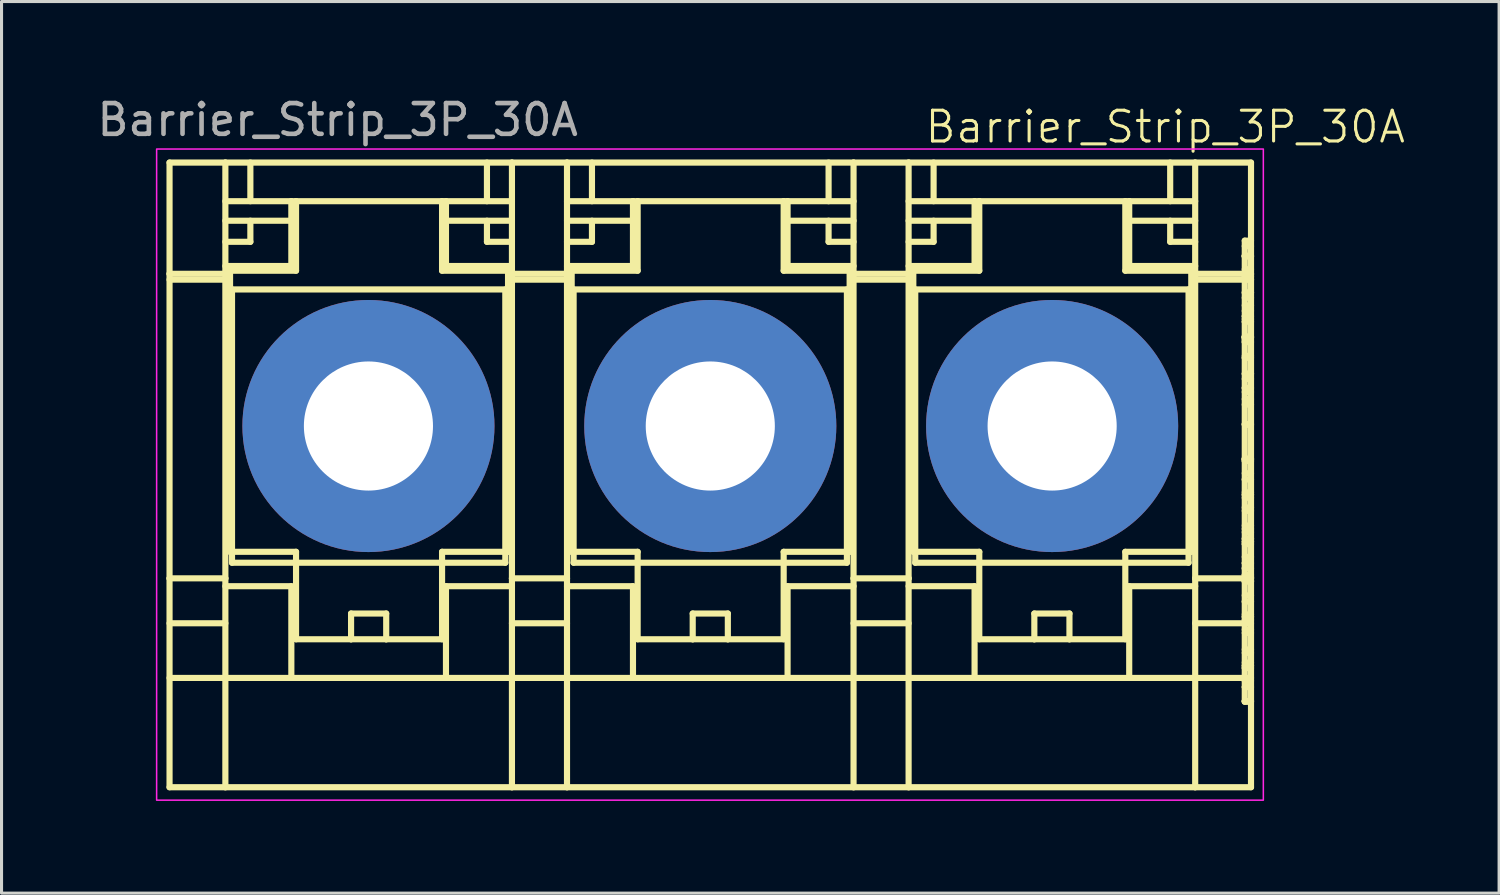
<source format=kicad_pcb>
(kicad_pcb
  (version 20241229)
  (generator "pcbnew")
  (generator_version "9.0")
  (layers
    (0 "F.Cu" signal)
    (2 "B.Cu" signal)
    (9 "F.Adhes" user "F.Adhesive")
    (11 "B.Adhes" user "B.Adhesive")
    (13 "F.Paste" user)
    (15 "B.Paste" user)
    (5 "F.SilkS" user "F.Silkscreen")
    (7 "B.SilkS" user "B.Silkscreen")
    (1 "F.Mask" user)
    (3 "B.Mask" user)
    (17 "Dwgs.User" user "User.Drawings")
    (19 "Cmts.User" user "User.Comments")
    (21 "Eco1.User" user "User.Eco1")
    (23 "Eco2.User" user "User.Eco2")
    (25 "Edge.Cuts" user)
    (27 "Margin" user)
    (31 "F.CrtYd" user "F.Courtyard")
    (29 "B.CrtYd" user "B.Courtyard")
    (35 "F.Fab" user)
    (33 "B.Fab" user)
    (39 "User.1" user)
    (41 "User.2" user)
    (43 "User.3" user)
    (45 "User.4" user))
  (footprint "Barrier_Strip_3P_30A"
    (layer "F.Cu")
    (at 20.095 10.758)
    (property "Reference" "Barrier_Strip_3P_30A" (at 14.76 -9.68 0) (unlocked yes) (layer "F.SilkS") (effects (font (size 1 1) (thickness 0.1))))
    (attr smd)
    (fp_line (start -17.63 -8.52) (end -17.63 -4.901) (stroke (width 0.2) (type solid)) (layer "F.SilkS"))
    (fp_line (start -17.63 -8.52) (end -15.814 -8.52) (stroke (width 0.2) (type solid)) (layer "F.SilkS"))
    (fp_line (start -17.63 -4.901) (end -17.63 5.005) (stroke (width 0.2) (type solid)) (layer "F.SilkS"))
    (fp_line (start -17.63 -4.901) (end -15.814 -4.901) (stroke (width 0.2) (type solid)) (layer "F.SilkS"))
    (fp_line (start -17.63 -4.71) (end -15.814 -4.71) (stroke (width 0.2) (type solid)) (layer "F.SilkS"))
    (fp_line (start -17.63 5.005) (end -17.63 11.8) (stroke (width 0.2) (type solid)) (layer "F.SilkS"))
    (fp_line (start -17.63 5.005) (end -15.814 5.005) (stroke (width 0.2) (type solid)) (layer "F.SilkS"))
    (fp_line (start -17.63 6.466) (end -15.814 6.466) (stroke (width 0.2) (type solid)) (layer "F.SilkS"))
    (fp_line (start -17.63 8.244) (end -15.814 8.244) (stroke (width 0.2) (type solid)) (layer "F.SilkS"))
    (fp_line (start -17.63 11.8) (end -15.814 11.8) (stroke (width 0.2) (type solid)) (layer "F.SilkS"))
    (fp_line (start -15.814 -8.52) (end -15.814 -4.901) (stroke (width 0.2) (type solid)) (layer "F.SilkS"))
    (fp_line (start -15.814 -7.263) (end -13.668 -7.263) (stroke (width 0.2) (type solid)) (layer "F.SilkS"))
    (fp_line (start -15.814 -6.628) (end -13.668 -6.628) (stroke (width 0.2) (type solid)) (layer "F.SilkS"))
    (fp_line (start -15.814 -5.942) (end -15.001 -5.942) (stroke (width 0.2) (type solid)) (layer "F.SilkS"))
    (fp_line (start -15.814 -5.154) (end -13.668 -5.154) (stroke (width 0.2) (type solid)) (layer "F.SilkS"))
    (fp_line (start -15.814 5.005) (end -15.814 -4.901) (stroke (width 0.2) (type solid)) (layer "F.SilkS"))
    (fp_line (start -15.814 5.005) (end -15.814 11.8) (stroke (width 0.2) (type solid)) (layer "F.SilkS"))
    (fp_line (start -15.814 5.26) (end -13.668 5.26) (stroke (width 0.2) (type solid)) (layer "F.SilkS"))
    (fp_line (start -15.814 8.244) (end -13.668 8.244) (stroke (width 0.2) (type solid)) (layer "F.SilkS"))
    (fp_line (start -15.662 -5.002) (end -13.515 -5.002) (stroke (width 0.2) (type solid)) (layer "F.SilkS"))
    (fp_line (start -15.662 4.142) (end -15.662 -5.002) (stroke (width 0.2) (type solid)) (layer "F.SilkS"))
    (fp_line (start -15.598 -4.393) (end -15.598 4.497) (stroke (width 0.2) (type solid)) (layer "F.SilkS"))
    (fp_line (start -15.598 4.497) (end -6.708 4.497) (stroke (width 0.2) (type solid)) (layer "F.SilkS"))
    (fp_line (start -15.001 -8.52) (end -15.001 -7.263) (stroke (width 0.2) (type solid)) (layer "F.SilkS"))
    (fp_line (start -15.001 -6.628) (end -15.001 -5.942) (stroke (width 0.2) (type solid)) (layer "F.SilkS"))
    (fp_line (start -13.668 -7.263) (end -13.515 -7.263) (stroke (width 0.2) (type solid)) (layer "F.SilkS"))
    (fp_line (start -13.668 -5.154) (end -13.668 -7.263) (stroke (width 0.2) (type solid)) (layer "F.SilkS"))
    (fp_line (start -13.668 8.244) (end -13.668 5.26) (stroke (width 0.2) (type solid)) (layer "F.SilkS"))
    (fp_line (start -13.515 -7.263) (end -8.765 -7.263) (stroke (width 0.2) (type solid)) (layer "F.SilkS"))
    (fp_line (start -13.515 -5.002) (end -13.515 -7.263) (stroke (width 0.2) (type solid)) (layer "F.SilkS"))
    (fp_line (start -13.515 4.142) (end -15.662 4.142) (stroke (width 0.2) (type solid)) (layer "F.SilkS"))
    (fp_line (start -13.515 6.987) (end -13.515 4.142) (stroke (width 0.2) (type solid)) (layer "F.SilkS"))
    (fp_line (start -11.725 6.149) (end -11.725 6.987) (stroke (width 0.2) (type solid)) (layer "F.SilkS"))
    (fp_line (start -11.725 6.987) (end -13.515 6.987) (stroke (width 0.2) (type solid)) (layer "F.SilkS"))
    (fp_line (start -11.725 6.987) (end -10.582 6.987) (stroke (width 0.2) (type solid)) (layer "F.SilkS"))
    (fp_line (start -10.582 6.149) (end -11.725 6.149) (stroke (width 0.2) (type solid)) (layer "F.SilkS"))
    (fp_line (start -10.582 6.987) (end -10.582 6.149) (stroke (width 0.2) (type solid)) (layer "F.SilkS"))
    (fp_line (start -8.765 -7.263) (end -8.638 -7.263) (stroke (width 0.2) (type solid)) (layer "F.SilkS"))
    (fp_line (start -8.765 -5.002) (end -8.765 -7.263) (stroke (width 0.2) (type solid)) (layer "F.SilkS"))
    (fp_line (start -8.765 -5.002) (end -6.619 -5.002) (stroke (width 0.2) (type solid)) (layer "F.SilkS"))
    (fp_line (start -8.765 6.987) (end -10.582 6.987) (stroke (width 0.2) (type solid)) (layer "F.SilkS"))
    (fp_line (start -8.765 6.987) (end -8.765 4.142) (stroke (width 0.2) (type solid)) (layer "F.SilkS"))
    (fp_line (start -8.638 -7.263) (end -8.638 -5.154) (stroke (width 0.2) (type solid)) (layer "F.SilkS"))
    (fp_line (start -8.638 -7.263) (end -6.492 -7.263) (stroke (width 0.2) (type solid)) (layer "F.SilkS"))
    (fp_line (start -8.638 -6.628) (end -6.492 -6.628) (stroke (width 0.2) (type solid)) (layer "F.SilkS"))
    (fp_line (start -8.638 -5.154) (end -6.492 -5.154) (stroke (width 0.2) (type solid)) (layer "F.SilkS"))
    (fp_line (start -8.638 5.26) (end -8.638 8.244) (stroke (width 0.2) (type solid)) (layer "F.SilkS"))
    (fp_line (start -8.638 5.26) (end -6.492 5.26) (stroke (width 0.2) (type solid)) (layer "F.SilkS"))
    (fp_line (start -8.638 8.244) (end -13.668 8.244) (stroke (width 0.2) (type solid)) (layer "F.SilkS"))
    (fp_line (start -8.638 8.244) (end -6.492 8.244) (stroke (width 0.2) (type solid)) (layer "F.SilkS"))
    (fp_line (start -7.305 -8.52) (end -7.305 -7.263) (stroke (width 0.2) (type solid)) (layer "F.SilkS"))
    (fp_line (start -7.305 -6.628) (end -7.305 -5.942) (stroke (width 0.2) (type solid)) (layer "F.SilkS"))
    (fp_line (start -7.305 -5.942) (end -6.492 -5.942) (stroke (width 0.2) (type solid)) (layer "F.SilkS"))
    (fp_line (start -6.708 -4.393) (end -15.598 -4.393) (stroke (width 0.2) (type solid)) (layer "F.SilkS"))
    (fp_line (start -6.708 4.497) (end -6.708 -4.393) (stroke (width 0.2) (type solid)) (layer "F.SilkS"))
    (fp_line (start -6.619 -5.002) (end -6.619 4.142) (stroke (width 0.2) (type solid)) (layer "F.SilkS"))
    (fp_line (start -6.619 4.142) (end -8.765 4.142) (stroke (width 0.2) (type solid)) (layer "F.SilkS"))
    (fp_line (start -6.492 -8.52) (end -15.814 -8.52) (stroke (width 0.2) (type solid)) (layer "F.SilkS"))
    (fp_line (start -6.492 -8.52) (end -6.492 -4.901) (stroke (width 0.2) (type solid)) (layer "F.SilkS"))
    (fp_line (start -6.492 -8.52) (end -4.701 -8.52) (stroke (width 0.2) (type solid)) (layer "F.SilkS"))
    (fp_line (start -6.492 -4.901) (end -4.701 -4.901) (stroke (width 0.2) (type solid)) (layer "F.SilkS"))
    (fp_line (start -6.492 -4.71) (end -4.701 -4.71) (stroke (width 0.2) (type solid)) (layer "F.SilkS"))
    (fp_line (start -6.492 5.005) (end -6.492 -4.901) (stroke (width 0.2) (type solid)) (layer "F.SilkS"))
    (fp_line (start -6.492 5.005) (end -6.492 11.8) (stroke (width 0.2) (type solid)) (layer "F.SilkS"))
    (fp_line (start -6.492 5.005) (end -4.701 5.005) (stroke (width 0.2) (type solid)) (layer "F.SilkS"))
    (fp_line (start -6.492 6.466) (end -4.701 6.466) (stroke (width 0.2) (type solid)) (layer "F.SilkS"))
    (fp_line (start -6.492 8.244) (end -4.701 8.244) (stroke (width 0.2) (type solid)) (layer "F.SilkS"))
    (fp_line (start -6.492 11.8) (end -15.814 11.8) (stroke (width 0.2) (type solid)) (layer "F.SilkS"))
    (fp_line (start -6.492 11.8) (end -4.701 11.8) (stroke (width 0.2) (type solid)) (layer "F.SilkS"))
    (fp_line (start -4.701 -8.52) (end -4.701 -4.901) (stroke (width 0.2) (type solid)) (layer "F.SilkS"))
    (fp_line (start -4.701 -7.263) (end -2.555 -7.263) (stroke (width 0.2) (type solid)) (layer "F.SilkS"))
    (fp_line (start -4.701 -6.628) (end -2.555 -6.628) (stroke (width 0.2) (type solid)) (layer "F.SilkS"))
    (fp_line (start -4.701 -5.942) (end -3.889 -5.942) (stroke (width 0.2) (type solid)) (layer "F.SilkS"))
    (fp_line (start -4.701 -5.154) (end -2.555 -5.154) (stroke (width 0.2) (type solid)) (layer "F.SilkS"))
    (fp_line (start -4.701 5.005) (end -4.701 -4.901) (stroke (width 0.2) (type solid)) (layer "F.SilkS"))
    (fp_line (start -4.701 5.005) (end -4.701 11.8) (stroke (width 0.2) (type solid)) (layer "F.SilkS"))
    (fp_line (start -4.701 5.26) (end -2.555 5.26) (stroke (width 0.2) (type solid)) (layer "F.SilkS"))
    (fp_line (start -4.701 8.244) (end -2.555 8.244) (stroke (width 0.2) (type solid)) (layer "F.SilkS"))
    (fp_line (start -4.549 -5.002) (end -2.403 -5.002) (stroke (width 0.2) (type solid)) (layer "F.SilkS"))
    (fp_line (start -4.549 4.142) (end -4.549 -5.002) (stroke (width 0.2) (type solid)) (layer "F.SilkS"))
    (fp_line (start -4.486 -4.393) (end -4.486 4.497) (stroke (width 0.2) (type solid)) (layer "F.SilkS"))
    (fp_line (start -4.486 4.497) (end 4.404 4.497) (stroke (width 0.2) (type solid)) (layer "F.SilkS"))
    (fp_line (start -3.889 -8.52) (end -3.889 -7.263) (stroke (width 0.2) (type solid)) (layer "F.SilkS"))
    (fp_line (start -3.889 -6.628) (end -3.889 -5.942) (stroke (width 0.2) (type solid)) (layer "F.SilkS"))
    (fp_line (start -2.555 -7.263) (end -2.403 -7.263) (stroke (width 0.2) (type solid)) (layer "F.SilkS"))
    (fp_line (start -2.555 -5.154) (end -2.555 -7.263) (stroke (width 0.2) (type solid)) (layer "F.SilkS"))
    (fp_line (start -2.555 8.244) (end -2.555 5.26) (stroke (width 0.2) (type solid)) (layer "F.SilkS"))
    (fp_line (start -2.403 -7.263) (end 2.347 -7.263) (stroke (width 0.2) (type solid)) (layer "F.SilkS"))
    (fp_line (start -2.403 -5.002) (end -2.403 -7.263) (stroke (width 0.2) (type solid)) (layer "F.SilkS"))
    (fp_line (start -2.403 4.142) (end -4.549 4.142) (stroke (width 0.2) (type solid)) (layer "F.SilkS"))
    (fp_line (start -2.403 6.987) (end -2.403 4.142) (stroke (width 0.2) (type solid)) (layer "F.SilkS"))
    (fp_line (start -0.612 6.149) (end -0.612 6.987) (stroke (width 0.2) (type solid)) (layer "F.SilkS"))
    (fp_line (start -0.612 6.987) (end -2.403 6.987) (stroke (width 0.2) (type solid)) (layer "F.SilkS"))
    (fp_line (start -0.612 6.987) (end 0.531 6.987) (stroke (width 0.2) (type solid)) (layer "F.SilkS"))
    (fp_line (start 0.531 6.149) (end -0.612 6.149) (stroke (width 0.2) (type solid)) (layer "F.SilkS"))
    (fp_line (start 0.531 6.987) (end 0.531 6.149) (stroke (width 0.2) (type solid)) (layer "F.SilkS"))
    (fp_line (start 2.347 -7.263) (end 2.474 -7.263) (stroke (width 0.2) (type solid)) (layer "F.SilkS"))
    (fp_line (start 2.347 -5.002) (end 2.347 -7.263) (stroke (width 0.2) (type solid)) (layer "F.SilkS"))
    (fp_line (start 2.347 -5.002) (end 4.493 -5.002) (stroke (width 0.2) (type solid)) (layer "F.SilkS"))
    (fp_line (start 2.347 6.987) (end 0.531 6.987) (stroke (width 0.2) (type solid)) (layer "F.SilkS"))
    (fp_line (start 2.347 6.987) (end 2.347 4.142) (stroke (width 0.2) (type solid)) (layer "F.SilkS"))
    (fp_line (start 2.474 -7.263) (end 2.474 -5.154) (stroke (width 0.2) (type solid)) (layer "F.SilkS"))
    (fp_line (start 2.474 -7.263) (end 4.62 -7.263) (stroke (width 0.2) (type solid)) (layer "F.SilkS"))
    (fp_line (start 2.474 -6.628) (end 4.62 -6.628) (stroke (width 0.2) (type solid)) (layer "F.SilkS"))
    (fp_line (start 2.474 -5.154) (end 4.62 -5.154) (stroke (width 0.2) (type solid)) (layer "F.SilkS"))
    (fp_line (start 2.474 5.26) (end 2.474 8.244) (stroke (width 0.2) (type solid)) (layer "F.SilkS"))
    (fp_line (start 2.474 5.26) (end 4.62 5.26) (stroke (width 0.2) (type solid)) (layer "F.SilkS"))
    (fp_line (start 2.474 8.244) (end -2.555 8.244) (stroke (width 0.2) (type solid)) (layer "F.SilkS"))
    (fp_line (start 2.474 8.244) (end 4.62 8.244) (stroke (width 0.2) (type solid)) (layer "F.SilkS"))
    (fp_line (start 3.808 -8.52) (end 3.808 -7.263) (stroke (width 0.2) (type solid)) (layer "F.SilkS"))
    (fp_line (start 3.808 -6.628) (end 3.808 -5.942) (stroke (width 0.2) (type solid)) (layer "F.SilkS"))
    (fp_line (start 3.808 -5.942) (end 4.62 -5.942) (stroke (width 0.2) (type solid)) (layer "F.SilkS"))
    (fp_line (start 4.404 -4.393) (end -4.486 -4.393) (stroke (width 0.2) (type solid)) (layer "F.SilkS"))
    (fp_line (start 4.404 4.497) (end 4.404 -4.393) (stroke (width 0.2) (type solid)) (layer "F.SilkS"))
    (fp_line (start 4.493 -5.002) (end 4.493 4.142) (stroke (width 0.2) (type solid)) (layer "F.SilkS"))
    (fp_line (start 4.493 4.142) (end 2.347 4.142) (stroke (width 0.2) (type solid)) (layer "F.SilkS"))
    (fp_line (start 4.62 -8.52) (end -4.701 -8.52) (stroke (width 0.2) (type solid)) (layer "F.SilkS"))
    (fp_line (start 4.62 -8.52) (end 4.62 -4.901) (stroke (width 0.2) (type solid)) (layer "F.SilkS"))
    (fp_line (start 4.62 -8.52) (end 6.411 -8.52) (stroke (width 0.2) (type solid)) (layer "F.SilkS"))
    (fp_line (start 4.62 -4.901) (end 6.411 -4.901) (stroke (width 0.2) (type solid)) (layer "F.SilkS"))
    (fp_line (start 4.62 -4.71) (end 6.411 -4.71) (stroke (width 0.2) (type solid)) (layer "F.SilkS"))
    (fp_line (start 4.62 5.005) (end 4.62 -4.901) (stroke (width 0.2) (type solid)) (layer "F.SilkS"))
    (fp_line (start 4.62 5.005) (end 4.62 11.8) (stroke (width 0.2) (type solid)) (layer "F.SilkS"))
    (fp_line (start 4.62 5.005) (end 6.411 5.005) (stroke (width 0.2) (type solid)) (layer "F.SilkS"))
    (fp_line (start 4.62 6.466) (end 6.411 6.466) (stroke (width 0.2) (type solid)) (layer "F.SilkS"))
    (fp_line (start 4.62 8.244) (end 6.411 8.244) (stroke (width 0.2) (type solid)) (layer "F.SilkS"))
    (fp_line (start 4.62 11.8) (end -4.701 11.8) (stroke (width 0.2) (type solid)) (layer "F.SilkS"))
    (fp_line (start 4.62 11.8) (end 6.411 11.8) (stroke (width 0.2) (type solid)) (layer "F.SilkS"))
    (fp_line (start 6.411 -8.52) (end 6.411 -4.901) (stroke (width 0.2) (type solid)) (layer "F.SilkS"))
    (fp_line (start 6.411 -7.263) (end 8.557 -7.263) (stroke (width 0.2) (type solid)) (layer "F.SilkS"))
    (fp_line (start 6.411 -6.628) (end 8.557 -6.628) (stroke (width 0.2) (type solid)) (layer "F.SilkS"))
    (fp_line (start 6.411 -5.942) (end 7.224 -5.942) (stroke (width 0.2) (type solid)) (layer "F.SilkS"))
    (fp_line (start 6.411 -5.154) (end 8.557 -5.154) (stroke (width 0.2) (type solid)) (layer "F.SilkS"))
    (fp_line (start 6.411 5.005) (end 6.411 -4.901) (stroke (width 0.2) (type solid)) (layer "F.SilkS"))
    (fp_line (start 6.411 5.005) (end 6.411 11.8) (stroke (width 0.2) (type solid)) (layer "F.SilkS"))
    (fp_line (start 6.411 5.26) (end 8.557 5.26) (stroke (width 0.2) (type solid)) (layer "F.SilkS"))
    (fp_line (start 6.411 8.244) (end 8.557 8.244) (stroke (width 0.2) (type solid)) (layer "F.SilkS"))
    (fp_line (start 6.564 -5.002) (end 8.71 -5.002) (stroke (width 0.2) (type solid)) (layer "F.SilkS"))
    (fp_line (start 6.564 4.142) (end 6.564 -5.002) (stroke (width 0.2) (type solid)) (layer "F.SilkS"))
    (fp_line (start 6.627 -4.393) (end 6.627 4.497) (stroke (width 0.2) (type solid)) (layer "F.SilkS"))
    (fp_line (start 6.627 4.497) (end 15.517 4.497) (stroke (width 0.2) (type solid)) (layer "F.SilkS"))
    (fp_line (start 7.224 -8.52) (end 7.224 -7.263) (stroke (width 0.2) (type solid)) (layer "F.SilkS"))
    (fp_line (start 7.224 -6.628) (end 7.224 -5.942) (stroke (width 0.2) (type solid)) (layer "F.SilkS"))
    (fp_line (start 8.557 -7.263) (end 8.71 -7.263) (stroke (width 0.2) (type solid)) (layer "F.SilkS"))
    (fp_line (start 8.557 -5.154) (end 8.557 -7.263) (stroke (width 0.2) (type solid)) (layer "F.SilkS"))
    (fp_line (start 8.557 8.244) (end 8.557 5.26) (stroke (width 0.2) (type solid)) (layer "F.SilkS"))
    (fp_line (start 8.71 -7.263) (end 8.71 -5.002) (stroke (width 0.2) (type solid)) (layer "F.SilkS"))
    (fp_line (start 8.71 -7.263) (end 13.46 -7.263) (stroke (width 0.2) (type solid)) (layer "F.SilkS"))
    (fp_line (start 8.71 4.142) (end 6.564 4.142) (stroke (width 0.2) (type solid)) (layer "F.SilkS"))
    (fp_line (start 8.71 6.987) (end 8.71 4.142) (stroke (width 0.2) (type solid)) (layer "F.SilkS"))
    (fp_line (start 10.501 6.149) (end 10.501 6.987) (stroke (width 0.2) (type solid)) (layer "F.SilkS"))
    (fp_line (start 10.501 6.987) (end 8.71 6.987) (stroke (width 0.2) (type solid)) (layer "F.SilkS"))
    (fp_line (start 10.501 6.987) (end 11.643 6.987) (stroke (width 0.2) (type solid)) (layer "F.SilkS"))
    (fp_line (start 11.643 6.149) (end 10.501 6.149) (stroke (width 0.2) (type solid)) (layer "F.SilkS"))
    (fp_line (start 11.643 6.987) (end 11.643 6.149) (stroke (width 0.2) (type solid)) (layer "F.SilkS"))
    (fp_line (start 13.46 -7.263) (end 13.587 -7.263) (stroke (width 0.2) (type solid)) (layer "F.SilkS"))
    (fp_line (start 13.46 -5.002) (end 13.46 -7.263) (stroke (width 0.2) (type solid)) (layer "F.SilkS"))
    (fp_line (start 13.46 -5.002) (end 15.606 -5.002) (stroke (width 0.2) (type solid)) (layer "F.SilkS"))
    (fp_line (start 13.46 6.987) (end 11.643 6.987) (stroke (width 0.2) (type solid)) (layer "F.SilkS"))
    (fp_line (start 13.46 6.987) (end 13.46 4.142) (stroke (width 0.2) (type solid)) (layer "F.SilkS"))
    (fp_line (start 13.587 -7.263) (end 13.587 -5.154) (stroke (width 0.2) (type solid)) (layer "F.SilkS"))
    (fp_line (start 13.587 -7.263) (end 15.733 -7.263) (stroke (width 0.2) (type solid)) (layer "F.SilkS"))
    (fp_line (start 13.587 -6.628) (end 15.733 -6.628) (stroke (width 0.2) (type solid)) (layer "F.SilkS"))
    (fp_line (start 13.587 -5.154) (end 15.733 -5.154) (stroke (width 0.2) (type solid)) (layer "F.SilkS"))
    (fp_line (start 13.587 5.26) (end 13.587 8.244) (stroke (width 0.2) (type solid)) (layer "F.SilkS"))
    (fp_line (start 13.587 5.26) (end 15.733 5.26) (stroke (width 0.2) (type solid)) (layer "F.SilkS"))
    (fp_line (start 13.587 8.244) (end 8.557 8.244) (stroke (width 0.2) (type solid)) (layer "F.SilkS"))
    (fp_line (start 13.587 8.244) (end 15.733 8.244) (stroke (width 0.2) (type solid)) (layer "F.SilkS"))
    (fp_line (start 14.92 -8.52) (end 14.92 -7.263) (stroke (width 0.2) (type solid)) (layer "F.SilkS"))
    (fp_line (start 14.92 -6.628) (end 14.92 -5.942) (stroke (width 0.2) (type solid)) (layer "F.SilkS"))
    (fp_line (start 14.92 -5.942) (end 15.733 -5.942) (stroke (width 0.2) (type solid)) (layer "F.SilkS"))
    (fp_line (start 15.517 -4.393) (end 6.627 -4.393) (stroke (width 0.2) (type solid)) (layer "F.SilkS"))
    (fp_line (start 15.517 4.497) (end 15.517 -4.393) (stroke (width 0.2) (type solid)) (layer "F.SilkS"))
    (fp_line (start 15.606 -5.002) (end 15.606 4.142) (stroke (width 0.2) (type solid)) (layer "F.SilkS"))
    (fp_line (start 15.606 4.142) (end 13.46 4.142) (stroke (width 0.2) (type solid)) (layer "F.SilkS"))
    (fp_line (start 15.733 -8.52) (end 6.411 -8.52) (stroke (width 0.2) (type solid)) (layer "F.SilkS"))
    (fp_line (start 15.733 -8.52) (end 15.733 -4.901) (stroke (width 0.2) (type solid)) (layer "F.SilkS"))
    (fp_line (start 15.733 -8.52) (end 17.549 -8.52) (stroke (width 0.2) (type solid)) (layer "F.SilkS"))
    (fp_line (start 15.733 -4.901) (end 17.549 -4.901) (stroke (width 0.2) (type solid)) (layer "F.SilkS"))
    (fp_line (start 15.733 -4.71) (end 17.549 -4.71) (stroke (width 0.2) (type solid)) (layer "F.SilkS"))
    (fp_line (start 15.733 5.005) (end 15.733 -4.901) (stroke (width 0.2) (type solid)) (layer "F.SilkS"))
    (fp_line (start 15.733 5.005) (end 15.733 11.8) (stroke (width 0.2) (type solid)) (layer "F.SilkS"))
    (fp_line (start 15.733 5.005) (end 17.549 5.005) (stroke (width 0.2) (type solid)) (layer "F.SilkS"))
    (fp_line (start 15.733 6.466) (end 17.549 6.466) (stroke (width 0.2) (type solid)) (layer "F.SilkS"))
    (fp_line (start 15.733 8.244) (end 17.549 8.244) (stroke (width 0.2) (type solid)) (layer "F.SilkS"))
    (fp_line (start 15.733 11.8) (end 6.411 11.8) (stroke (width 0.2) (type solid)) (layer "F.SilkS"))
    (fp_line (start 15.733 11.8) (end 17.549 11.8) (stroke (width 0.2) (type solid)) (layer "F.SilkS"))
    (fp_line (start 17.346 -4.295) (end 17.549 -4.295) (stroke (width 0.2) (type solid)) (layer "F.SilkS"))
    (fp_line (start 17.346 -1.654) (end 17.549 -1.654) (stroke (width 0.2) (type solid)) (layer "F.SilkS"))
    (fp_line (start 17.346 2.28) (end 17.549 2.28) (stroke (width 0.2) (type solid)) (layer "F.SilkS"))
    (fp_line (start 17.346 4.988) (end 17.549 4.988) (stroke (width 0.2) (type solid)) (layer "F.SilkS"))
    (fp_line (start 17.346 6.252) (end 17.549 6.252) (stroke (width 0.2) (type solid)) (layer "F.SilkS"))
    (fp_line (start 17.346 9.02) (end 17.549 9.02) (stroke (width 0.2) (type solid)) (layer "F.SilkS"))
    (fp_line (start 17.346 -5.98) (end 17.346 -5.492) (stroke (width 0.2) (type solid)) (layer "F.SilkS"))
    (fp_line (start 17.346 -5.492) (end 17.346 -5.469) (stroke (width 0.2) (type solid)) (layer "F.SilkS"))
    (fp_line (start 17.346 -5.469) (end 17.346 -4.811) (stroke (width 0.2) (type solid)) (layer "F.SilkS"))
    (fp_line (start 17.346 -4.811) (end 17.346 -3.521) (stroke (width 0.2) (type solid)) (layer "F.SilkS"))
    (fp_line (start 17.346 -3.521) (end 17.346 -3.342) (stroke (width 0.2) (type solid)) (layer "F.SilkS"))
    (fp_line (start 17.346 -3.342) (end 17.346 -2.86) (stroke (width 0.2) (type solid)) (layer "F.SilkS"))
    (fp_line (start 17.346 -2.86) (end 17.346 -2.681) (stroke (width 0.2) (type solid)) (layer "F.SilkS"))
    (fp_line (start 17.346 -2.851) (end 17.346 -2.829) (stroke (width 0.2) (type solid)) (layer "F.SilkS"))
    (fp_line (start 17.346 -2.829) (end 17.346 -2.17) (stroke (width 0.2) (type solid)) (layer "F.SilkS"))
    (fp_line (start 17.346 -2.17) (end 17.346 -1.189) (stroke (width 0.2) (type solid)) (layer "F.SilkS"))
    (fp_line (start 17.346 -1.189) (end 17.346 -0.014) (stroke (width 0.2) (type solid)) (layer "F.SilkS"))
    (fp_line (start 17.346 -0.014) (end 17.346 1.188) (stroke (width 0.2) (type solid)) (layer "F.SilkS"))
    (fp_line (start 17.346 1.108) (end 17.346 1.131) (stroke (width 0.2) (type solid)) (layer "F.SilkS"))
    (fp_line (start 17.346 1.131) (end 17.346 1.789) (stroke (width 0.2) (type solid)) (layer "F.SilkS"))
    (fp_line (start 17.346 1.789) (end 17.346 3.889) (stroke (width 0.2) (type solid)) (layer "F.SilkS"))
    (fp_line (start 17.346 3.889) (end 17.346 4.509) (stroke (width 0.2) (type solid)) (layer "F.SilkS"))
    (fp_line (start 17.346 4.509) (end 17.346 4.68) (stroke (width 0.2) (type solid)) (layer "F.SilkS"))
    (fp_line (start 17.346 4.68) (end 17.346 4.894) (stroke (width 0.2) (type solid)) (layer "F.SilkS"))
    (fp_line (start 17.346 4.894) (end 17.346 4.965) (stroke (width 0.2) (type solid)) (layer "F.SilkS"))
    (fp_line (start 17.346 4.965) (end 17.346 4.988) (stroke (width 0.2) (type solid)) (layer "F.SilkS"))
    (fp_line (start 17.346 5.08) (end 17.346 5.103) (stroke (width 0.2) (type solid)) (layer "F.SilkS"))
    (fp_line (start 17.346 5.103) (end 17.346 5.761) (stroke (width 0.2) (type solid)) (layer "F.SilkS"))
    (fp_line (start 17.346 5.761) (end 17.346 7.921) (stroke (width 0.2) (type solid)) (layer "F.SilkS"))
    (fp_line (start 17.346 7.921) (end 17.346 8.541) (stroke (width 0.2) (type solid)) (layer "F.SilkS"))
    (fp_line (start 17.346 8.541) (end 17.346 8.997) (stroke (width 0.2) (type solid)) (layer "F.SilkS"))
    (fp_line (start 17.346 8.997) (end 17.346 9.02) (stroke (width 0.2) (type solid)) (layer "F.SilkS"))
    (fp_line (start 17.549 -8.52) (end 17.549 -4.901) (stroke (width 0.2) (type solid)) (layer "F.SilkS"))
    (fp_line (start 17.549 -5.98) (end 17.346 -5.98) (stroke (width 0.2) (type solid)) (layer "F.SilkS"))
    (fp_line (start 17.549 -5.801) (end 17.346 -5.801) (stroke (width 0.2) (type solid)) (layer "F.SilkS"))
    (fp_line (start 17.549 -5.492) (end 17.346 -5.492) (stroke (width 0.2) (type solid)) (layer "F.SilkS"))
    (fp_line (start 17.549 -5.469) (end 17.346 -5.469) (stroke (width 0.2) (type solid)) (layer "F.SilkS"))
    (fp_line (start 17.549 -5.469) (end 17.346 -5.469) (stroke (width 0.2) (type solid)) (layer "F.SilkS"))
    (fp_line (start 17.549 -5.05) (end 17.346 -5.05) (stroke (width 0.2) (type solid)) (layer "F.SilkS"))
    (fp_line (start 17.549 -4.901) (end 17.549 5.005) (stroke (width 0.2) (type solid)) (layer "F.SilkS"))
    (fp_line (start 17.549 -4.871) (end 17.346 -4.871) (stroke (width 0.2) (type solid)) (layer "F.SilkS"))
    (fp_line (start 17.549 -4.811) (end 17.346 -4.811) (stroke (width 0.2) (type solid)) (layer "F.SilkS"))
    (fp_line (start 17.549 -4.713) (end 17.346 -4.713) (stroke (width 0.2) (type solid)) (layer "F.SilkS"))
    (fp_line (start 17.549 -4.288) (end 17.346 -4.288) (stroke (width 0.2) (type solid)) (layer "F.SilkS"))
    (fp_line (start 17.549 -4.123) (end 17.346 -4.123) (stroke (width 0.2) (type solid)) (layer "F.SilkS"))
    (fp_line (start 17.549 -3.874) (end 17.346 -3.874) (stroke (width 0.2) (type solid)) (layer "F.SilkS"))
    (fp_line (start 17.549 -3.695) (end 17.346 -3.695) (stroke (width 0.2) (type solid)) (layer "F.SilkS"))
    (fp_line (start 17.549 -3.521) (end 17.346 -3.521) (stroke (width 0.2) (type solid)) (layer "F.SilkS"))
    (fp_line (start 17.549 -3.428) (end 17.346 -3.428) (stroke (width 0.2) (type solid)) (layer "F.SilkS"))
    (fp_line (start 17.549 -3.342) (end 17.346 -3.342) (stroke (width 0.2) (type solid)) (layer "F.SilkS"))
    (fp_line (start 17.549 -2.86) (end 17.346 -2.86) (stroke (width 0.2) (type solid)) (layer "F.SilkS"))
    (fp_line (start 17.549 -2.851) (end 17.346 -2.851) (stroke (width 0.2) (type solid)) (layer "F.SilkS"))
    (fp_line (start 17.549 -2.829) (end 17.346 -2.829) (stroke (width 0.2) (type solid)) (layer "F.SilkS"))
    (fp_line (start 17.549 -2.828) (end 17.346 -2.828) (stroke (width 0.2) (type solid)) (layer "F.SilkS"))
    (fp_line (start 17.549 -2.681) (end 17.346 -2.681) (stroke (width 0.2) (type solid)) (layer "F.SilkS"))
    (fp_line (start 17.549 -2.231) (end 17.346 -2.231) (stroke (width 0.2) (type solid)) (layer "F.SilkS"))
    (fp_line (start 17.549 -2.17) (end 17.346 -2.17) (stroke (width 0.2) (type solid)) (layer "F.SilkS"))
    (fp_line (start 17.549 -1.647) (end 17.346 -1.647) (stroke (width 0.2) (type solid)) (layer "F.SilkS"))
    (fp_line (start 17.549 -1.482) (end 17.346 -1.482) (stroke (width 0.2) (type solid)) (layer "F.SilkS"))
    (fp_line (start 17.549 -1.189) (end 17.346 -1.189) (stroke (width 0.2) (type solid)) (layer "F.SilkS"))
    (fp_line (start 17.549 -1.056) (end 17.346 -1.056) (stroke (width 0.2) (type solid)) (layer "F.SilkS"))
    (fp_line (start 17.549 -0.826) (end 17.346 -0.826) (stroke (width 0.2) (type solid)) (layer "F.SilkS"))
    (fp_line (start 17.549 -0.647) (end 17.346 -0.647) (stroke (width 0.2) (type solid)) (layer "F.SilkS"))
    (fp_line (start 17.549 -0.014) (end 17.346 -0.014) (stroke (width 0.2) (type solid)) (layer "F.SilkS"))
    (fp_line (start 17.549 0.012) (end 17.346 0.012) (stroke (width 0.2) (type solid)) (layer "F.SilkS"))
    (fp_line (start 17.549 1.108) (end 17.346 1.108) (stroke (width 0.2) (type solid)) (layer "F.SilkS"))
    (fp_line (start 17.549 1.131) (end 17.346 1.131) (stroke (width 0.2) (type solid)) (layer "F.SilkS"))
    (fp_line (start 17.549 1.131) (end 17.346 1.131) (stroke (width 0.2) (type solid)) (layer "F.SilkS"))
    (fp_line (start 17.549 1.188) (end 17.346 1.188) (stroke (width 0.2) (type solid)) (layer "F.SilkS"))
    (fp_line (start 17.549 1.587) (end 17.346 1.587) (stroke (width 0.2) (type solid)) (layer "F.SilkS"))
    (fp_line (start 17.549 1.789) (end 17.346 1.789) (stroke (width 0.2) (type solid)) (layer "F.SilkS"))
    (fp_line (start 17.549 2.207) (end 17.346 2.207) (stroke (width 0.2) (type solid)) (layer "F.SilkS"))
    (fp_line (start 17.549 2.285) (end 17.346 2.285) (stroke (width 0.2) (type solid)) (layer "F.SilkS"))
    (fp_line (start 17.549 2.383) (end 17.346 2.383) (stroke (width 0.2) (type solid)) (layer "F.SilkS"))
    (fp_line (start 17.549 2.7) (end 17.346 2.7) (stroke (width 0.2) (type solid)) (layer "F.SilkS"))
    (fp_line (start 17.549 2.809) (end 17.346 2.809) (stroke (width 0.2) (type solid)) (layer "F.SilkS"))
    (fp_line (start 17.549 3.287) (end 17.346 3.287) (stroke (width 0.2) (type solid)) (layer "F.SilkS"))
    (fp_line (start 17.549 3.396) (end 17.346 3.396) (stroke (width 0.2) (type solid)) (layer "F.SilkS"))
    (fp_line (start 17.549 3.505) (end 17.346 3.505) (stroke (width 0.2) (type solid)) (layer "F.SilkS"))
    (fp_line (start 17.549 3.713) (end 17.346 3.713) (stroke (width 0.2) (type solid)) (layer "F.SilkS"))
    (fp_line (start 17.549 3.719) (end 17.346 3.719) (stroke (width 0.2) (type solid)) (layer "F.SilkS"))
    (fp_line (start 17.549 3.811) (end 17.346 3.811) (stroke (width 0.2) (type solid)) (layer "F.SilkS"))
    (fp_line (start 17.549 3.816) (end 17.346 3.816) (stroke (width 0.2) (type solid)) (layer "F.SilkS"))
    (fp_line (start 17.549 3.889) (end 17.346 3.889) (stroke (width 0.2) (type solid)) (layer "F.SilkS"))
    (fp_line (start 17.549 4.307) (end 17.346 4.307) (stroke (width 0.2) (type solid)) (layer "F.SilkS"))
    (fp_line (start 17.549 4.509) (end 17.346 4.509) (stroke (width 0.2) (type solid)) (layer "F.SilkS"))
    (fp_line (start 17.549 4.68) (end 17.346 4.68) (stroke (width 0.2) (type solid)) (layer "F.SilkS"))
    (fp_line (start 17.549 4.894) (end 17.346 4.894) (stroke (width 0.2) (type solid)) (layer "F.SilkS"))
    (fp_line (start 17.549 4.965) (end 17.346 4.965) (stroke (width 0.2) (type solid)) (layer "F.SilkS"))
    (fp_line (start 17.549 4.965) (end 17.346 4.965) (stroke (width 0.2) (type solid)) (layer "F.SilkS"))
    (fp_line (start 17.549 5.005) (end 17.549 11.8) (stroke (width 0.2) (type solid)) (layer "F.SilkS"))
    (fp_line (start 17.549 5.08) (end 17.346 5.08) (stroke (width 0.2) (type solid)) (layer "F.SilkS"))
    (fp_line (start 17.549 5.103) (end 17.346 5.103) (stroke (width 0.2) (type solid)) (layer "F.SilkS"))
    (fp_line (start 17.549 5.103) (end 17.346 5.103) (stroke (width 0.2) (type solid)) (layer "F.SilkS"))
    (fp_line (start 17.549 5.56) (end 17.346 5.56) (stroke (width 0.2) (type solid)) (layer "F.SilkS"))
    (fp_line (start 17.549 5.761) (end 17.346 5.761) (stroke (width 0.2) (type solid)) (layer "F.SilkS"))
    (fp_line (start 17.549 6.179) (end 17.346 6.179) (stroke (width 0.2) (type solid)) (layer "F.SilkS"))
    (fp_line (start 17.549 6.257) (end 17.346 6.257) (stroke (width 0.2) (type solid)) (layer "F.SilkS"))
    (fp_line (start 17.549 6.356) (end 17.346 6.356) (stroke (width 0.2) (type solid)) (layer "F.SilkS"))
    (fp_line (start 17.549 6.672) (end 17.346 6.672) (stroke (width 0.2) (type solid)) (layer "F.SilkS"))
    (fp_line (start 17.549 6.781) (end 17.346 6.781) (stroke (width 0.2) (type solid)) (layer "F.SilkS"))
    (fp_line (start 17.549 7.319) (end 17.346 7.319) (stroke (width 0.2) (type solid)) (layer "F.SilkS"))
    (fp_line (start 17.549 7.428) (end 17.346 7.428) (stroke (width 0.2) (type solid)) (layer "F.SilkS"))
    (fp_line (start 17.549 7.745) (end 17.346 7.745) (stroke (width 0.2) (type solid)) (layer "F.SilkS"))
    (fp_line (start 17.549 7.843) (end 17.346 7.843) (stroke (width 0.2) (type solid)) (layer "F.SilkS"))
    (fp_line (start 17.549 7.848) (end 17.346 7.848) (stroke (width 0.2) (type solid)) (layer "F.SilkS"))
    (fp_line (start 17.549 7.921) (end 17.346 7.921) (stroke (width 0.2) (type solid)) (layer "F.SilkS"))
    (fp_line (start 17.549 8.339) (end 17.346 8.339) (stroke (width 0.2) (type solid)) (layer "F.SilkS"))
    (fp_line (start 17.549 8.541) (end 17.346 8.541) (stroke (width 0.2) (type solid)) (layer "F.SilkS"))
    (fp_line (start 17.549 8.997) (end 17.346 8.997) (stroke (width 0.2) (type solid)) (layer "F.SilkS"))
    (fp_line (start 17.549 8.997) (end 17.346 8.997) (stroke (width 0.2) (type solid)) (layer "F.SilkS"))
    (fp_rect (start -18.05 -8.96) (end 17.95 12.22) (stroke (width 0.05) (type default)) (fill no) (layer "F.CrtYd"))
    (fp_text user "${REFERENCE}" (at -12.16 -9.91 0) (unlocked yes) (layer "F.Fab") (effects (font (size 1 1) (thickness 0.15))))
    (pad "1" thru_hole circle (at -11.16 0.05) (size 8.2 8.2) (drill 4.2) (layers "*.Cu" "*.Mask"))
    (pad "2" thru_hole circle (at -0.04 0.05) (size 8.2 8.2) (drill 4.2) (layers "*.Cu" "*.Mask"))
    (pad "3" thru_hole circle (at 11.08 0.05) (size 8.2 8.2) (drill 4.2) (layers "*.Cu" "*.Mask")))
  (gr_rect
    (start -3 -3)
    (end 45.714 26.003)
    (stroke (width 0.1) (type default))
    (fill no)
    (layer "Edge.Cuts")))
</source>
